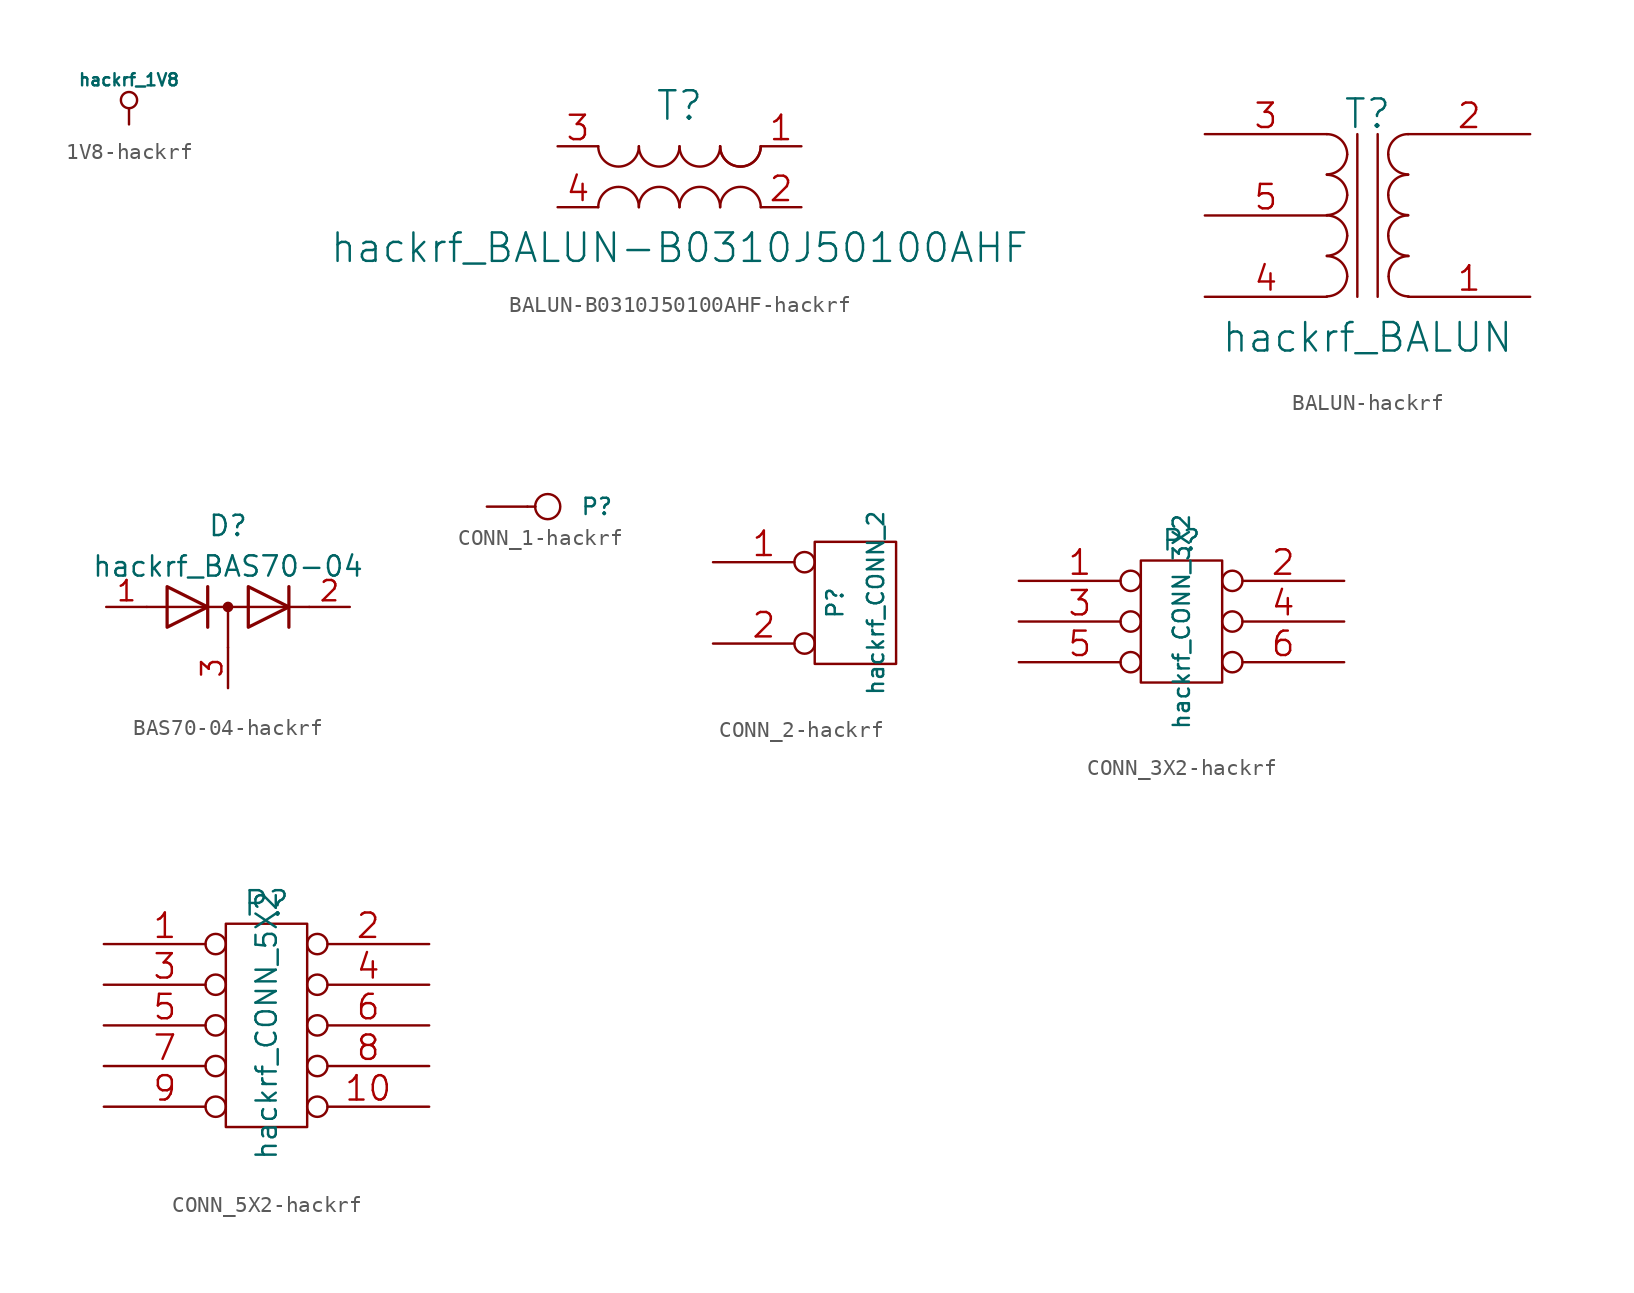
<source format=kicad_sym>
(kicad_symbol_lib
  (version 20231120)
  (generator "kicad_symbol_editor")
  (generator_version "8.0")
  (symbol "1V8-hackrf"
    (power)
    (pin_names
      (offset 0))
    (property "Reference" "#PWR"
      (at 0 3.556 0)
      (effects (font (size 0.508 0.508)) (hide yes)))
    (property "Value" "hackrf_1V8"
      (at 0 2.794 0)
      (effects (font (size 0.762 0.762))))
    (property "Footprint" ""
      (at 0 0 0)
      (effects (font (size 1.524 1.524))))
    (property "Datasheet" ""
      (at 0 0 0)
      (effects (font (size 1.524 1.524))))
    (symbol "1V8-hackrf_0_0"
      (polyline (pts (xy 0 0) (xy 0 1.016) (xy 0 1.016)) (stroke (width 0) (type solid)) (fill (type none)))
      (pin power_in line (at 0 0 90) (length 0) hide (name "+1.8V" (effects (font (size 0.508 0.508)))) (number "1" (effects (font (size 0.508 0.508))))))
    (symbol "1V8-hackrf_0_1"
      (circle (center 0 1.524) (radius 0.508) (stroke (width 0) (type solid)) (fill (type none)))))
  (symbol "BALUN-B0310J50100AHF-hackrf"
    (pin_names
      (offset 1.016) hide)
    (property "Reference" "T"
      (at 0 5.08 0)
      (effects (font (size 1.778 1.778))))
    (property "Value" "hackrf_BALUN-B0310J50100AHF"
      (at 0 -3.81 0)
      (effects (font (size 1.778 1.778))))
    (property "Footprint" ""
      (at 0 0 0)
      (effects (font (size 1.524 1.524))))
    (property "Datasheet" ""
      (at 0 0 0)
      (effects (font (size 1.524 1.524))))
    (symbol "BALUN-B0310J50100AHF-hackrf_0_1"
      (arc (start -5.08 2.54) (mid -3.81 1.27) (end -2.54 2.54) (stroke (width 0) (type solid)) (fill (type none)))
      (arc (start -2.54 -1.27) (mid -3.81 0) (end -5.08 -1.27) (stroke (width 0) (type solid)) (fill (type none)))
      (arc (start -2.54 2.54) (mid -1.27 1.27) (end 0 2.54) (stroke (width 0) (type solid)) (fill (type none)))
      (arc (start 0 -1.27) (mid -1.27 0) (end -2.54 -1.27) (stroke (width 0) (type solid)) (fill (type none)))
      (arc (start 0 2.54) (mid 1.27 1.27) (end 2.54 2.54) (stroke (width 0) (type solid)) (fill (type none)))
      (arc (start 2.54 -1.27) (mid 1.27 0) (end 0 -1.27) (stroke (width 0) (type solid)) (fill (type none)))
      (arc (start 2.54 2.54) (mid 3.81 1.27) (end 5.08 2.54) (stroke (width 0) (type solid)) (fill (type none)))
      (arc (start 2.54 2.54) (mid 3.81 1.27) (end 5.08 2.54) (stroke (width 0) (type solid)) (fill (type none)))
      (arc (start 5.08 -1.27) (mid 3.81 0) (end 2.54 -1.27) (stroke (width 0) (type solid)) (fill (type none))))
    (symbol "BALUN-B0310J50100AHF-hackrf_1_1"
      (pin passive line (at 7.62 2.54 180) (length 2.54) (name "S1" (effects (font (size 1.524 1.524)))) (number "1" (effects (font (size 1.524 1.524)))))
      (pin passive line (at 7.62 -1.27 180) (length 2.54) (name "S2" (effects (font (size 1.524 1.524)))) (number "2" (effects (font (size 1.524 1.524)))))
      (pin passive line (at -7.62 2.54 0) (length 2.54) (name "PR1" (effects (font (size 1.524 1.524)))) (number "3" (effects (font (size 1.524 1.524)))))
      (pin passive line (at -7.62 -1.27 0) (length 2.54) (name "PR2" (effects (font (size 1.524 1.524)))) (number "4" (effects (font (size 1.524 1.524)))))))
  (symbol "BALUN-hackrf"
    (pin_names
      (offset 1.016) hide)
    (property "Reference" "T"
      (at 0 6.35 0)
      (effects (font (size 1.778 1.778))))
    (property "Value" "hackrf_BALUN"
      (at 0 -7.62 0)
      (effects (font (size 1.778 1.778))))
    (property "Footprint" ""
      (at 0 0 0)
      (effects (font (size 1.524 1.524))))
    (property "Datasheet" ""
      (at 0 0 0)
      (effects (font (size 1.524 1.524))))
    (symbol "BALUN-hackrf_0_1"
      (arc (start -2.54 -5.0546) (mid -1.6599 -4.6901) (end -1.27 -3.81) (stroke (width 0) (type solid)) (fill (type none)))
      (arc (start -2.54 -2.5146) (mid -1.6599 -2.1501) (end -1.27 -1.27) (stroke (width 0) (type solid)) (fill (type none)))
      (arc (start -2.54 0.0254) (mid -1.6599 0.3899) (end -1.27 1.27) (stroke (width 0) (type solid)) (fill (type none)))
      (arc (start -2.54 2.5654) (mid -1.6599 2.9299) (end -1.27 3.81) (stroke (width 0) (type solid)) (fill (type none)))
      (arc (start -1.27 -3.81) (mid -1.642 -2.912) (end -2.54 -2.54) (stroke (width 0) (type solid)) (fill (type none)))
      (arc (start -1.27 -1.27) (mid -1.642 -0.372) (end -2.54 0) (stroke (width 0) (type solid)) (fill (type none)))
      (arc (start -1.27 1.27) (mid -1.642 2.168) (end -2.54 2.54) (stroke (width 0) (type solid)) (fill (type none)))
      (arc (start -1.27 3.81) (mid -1.642 4.708) (end -2.54 5.08) (stroke (width 0) (type solid)) (fill (type none)))
      (polyline (pts (xy -0.635 5.08) (xy -0.635 -5.08)) (stroke (width 0) (type solid)) (fill (type none)))
      (polyline (pts (xy 0.635 -5.08) (xy 0.635 5.08)) (stroke (width 0) (type solid)) (fill (type none)))
      (arc (start 1.2954 -1.27) (mid 1.6599 -2.1501) (end 2.54 -2.5146) (stroke (width 0) (type solid)) (fill (type none)))
      (arc (start 1.2954 1.27) (mid 1.6599 0.3899) (end 2.54 0.0254) (stroke (width 0) (type solid)) (fill (type none)))
      (arc (start 1.2954 3.81) (mid 1.6599 2.9299) (end 2.54 2.5654) (stroke (width 0) (type solid)) (fill (type none)))
      (arc (start 1.3208 -3.81) (mid 1.6853 -4.6901) (end 2.5654 -5.0546) (stroke (width 0) (type solid)) (fill (type none)))
      (arc (start 2.54 0) (mid 1.642 -0.372) (end 1.2954 -1.27) (stroke (width 0) (type solid)) (fill (type none)))
      (arc (start 2.54 2.54) (mid 1.642 2.168) (end 1.2954 1.27) (stroke (width 0) (type solid)) (fill (type none)))
      (arc (start 2.54 5.08) (mid 1.642 4.708) (end 1.2954 3.81) (stroke (width 0) (type solid)) (fill (type none)))
      (arc (start 2.5654 -2.54) (mid 1.6674 -2.912) (end 1.3208 -3.81) (stroke (width 0) (type solid)) (fill (type none))))
    (symbol "BALUN-hackrf_1_1"
      (pin passive line (at 10.16 -5.08 180) (length 7.62) (name "S1" (effects (font (size 1.524 1.524)))) (number "1" (effects (font (size 1.524 1.524)))))
      (pin passive line (at 10.16 5.08 180) (length 7.62) (name "S2" (effects (font (size 1.524 1.524)))) (number "2" (effects (font (size 1.524 1.524)))))
      (pin passive line (at -10.16 5.08 0) (length 7.62) (name "PR1" (effects (font (size 1.524 1.524)))) (number "3" (effects (font (size 1.524 1.524)))))
      (pin passive line (at -10.16 -5.08 0) (length 7.62) (name "PR2" (effects (font (size 1.524 1.524)))) (number "4" (effects (font (size 1.524 1.524)))))
      (pin passive line (at -10.16 0 0) (length 7.62) (name "PM" (effects (font (size 1.524 1.524)))) (number "5" (effects (font (size 1.524 1.524)))))))
  (symbol "BAS70-04-hackrf"
    (pin_names hide)
    (property "Reference" "D"
      (at 0 5.08 0)
      (effects (font (size 1.27 1.27))))
    (property "Value" "hackrf_BAS70-04"
      (at 0 2.54 0)
      (effects (font (size 1.27 1.27))))
    (symbol "BAS70-04-hackrf_0_1"
      (polyline (pts (xy -5.08 0) (xy 5.08 0)) (stroke (width 0) (type solid)) (fill (type none))))
    (symbol "BAS70-04-hackrf_1_1"
      (polyline (pts (xy 0 0) (xy 0 -2.54)) (stroke (width 0) (type solid)) (fill (type none)))
      (polyline (pts (xy -1.27 -1.27) (xy -1.27 1.27) (xy -1.27 1.27)) (stroke (width 0.203) (type solid)) (fill (type none)))
      (polyline (pts (xy 3.81 1.27) (xy 3.81 -1.27) (xy 3.81 -1.27)) (stroke (width 0.203) (type solid)) (fill (type none)))
      (polyline (pts (xy -3.81 1.27) (xy -1.27 0) (xy -3.81 -1.27) (xy -3.81 1.27) (xy -3.81 1.27) (xy -3.81 1.27)) (stroke (width 0.203) (type solid)) (fill (type none)))
      (polyline (pts (xy 1.27 1.27) (xy 3.81 0) (xy 1.27 -1.27) (xy 1.27 1.27) (xy 1.27 1.27) (xy 1.27 1.27)) (stroke (width 0.203) (type solid)) (fill (type none)))
      (circle (center 0 0) (radius 0.254) (stroke (width 0) (type solid)) (fill (type outline)))
      (pin passive line (at -7.62 0 0) (length 2.54) (name "K" (effects (font (size 1.27 1.27)))) (number "1" (effects (font (size 1.27 1.27)))))
      (pin passive line (at 7.62 0 180) (length 2.54) (name "A" (effects (font (size 1.27 1.27)))) (number "2" (effects (font (size 1.27 1.27)))))
      (pin passive line (at 0 -5.08 90) (length 2.54) (name "K" (effects (font (size 1.27 1.27)))) (number "3" (effects (font (size 1.27 1.27)))))))
  (symbol "CONN_1-hackrf"
    (pin_numbers hide)
    (pin_names
      (offset 0.762) hide)
    (property "Reference" "P"
      (at 2.032 0 0)
      (effects (font (size 1.016 1.016)) (justify left)))
    (property "Footprint" ""
      (at 0 0 0)
      (effects (font (size 1.524 1.524))))
    (property "Datasheet" ""
      (at 0 0 0)
      (effects (font (size 1.524 1.524))))
    (symbol "CONN_1-hackrf_0_1"
      (polyline (pts (xy -0.762 0) (xy -1.27 0)) (stroke (width 0) (type solid)) (fill (type none)))
      (circle (center 0 0) (radius 0.787) (stroke (width 0) (type solid)) (fill (type none))))
    (symbol "CONN_1-hackrf_1_1"
      (pin passive line (at -3.81 0 0) (length 2.54) (name "1" (effects (font (size 1.524 1.524)))) (number "1" (effects (font (size 1.524 1.524)))))))
  (symbol "CONN_2-hackrf"
    (pin_names
      (offset 1.016) hide)
    (property "Reference" "P"
      (at -1.27 0 90)
      (effects (font (size 1.016 1.016))))
    (property "Value" "hackrf_CONN_2"
      (at 1.27 0 90)
      (effects (font (size 1.016 1.016))))
    (property "Footprint" ""
      (at 0 0 0)
      (effects (font (size 1.524 1.524))))
    (property "Datasheet" ""
      (at 0 0 0)
      (effects (font (size 1.524 1.524))))
    (symbol "CONN_2-hackrf_0_1"
      (rectangle (start -2.54 3.81) (end 2.54 -3.81) (stroke (width 0) (type solid)) (fill (type none))))
    (symbol "CONN_2-hackrf_1_1"
      (pin passive inverted (at -8.89 2.54 0) (length 6.35) (name "P1" (effects (font (size 1.524 1.524)))) (number "1" (effects (font (size 1.524 1.524)))))
      (pin passive inverted (at -8.89 -2.54 0) (length 6.35) (name "PM" (effects (font (size 1.524 1.524)))) (number "2" (effects (font (size 1.524 1.524)))))))
  (symbol "CONN_3X2-hackrf"
    (pin_names
      (offset 1.016) hide)
    (property "Reference" "P"
      (at 0 6.35 0)
      (effects (font (size 1.27 1.27))))
    (property "Value" "hackrf_CONN_3X2"
      (at 0 1.27 90)
      (effects (font (size 1.016 1.016))))
    (property "Footprint" ""
      (at 0 0 0)
      (effects (font (size 1.524 1.524))))
    (property "Datasheet" ""
      (at 0 0 0)
      (effects (font (size 1.524 1.524))))
    (symbol "CONN_3X2-hackrf_0_1"
      (rectangle (start -2.54 5.08) (end 2.54 -2.54) (stroke (width 0) (type solid)) (fill (type none))))
    (symbol "CONN_3X2-hackrf_1_1"
      (pin passive inverted (at -10.16 3.81 0) (length 7.62) (name "1" (effects (font (size 1.524 1.524)))) (number "1" (effects (font (size 1.524 1.524)))))
      (pin passive inverted (at 10.16 3.81 180) (length 7.62) (name "2" (effects (font (size 1.524 1.524)))) (number "2" (effects (font (size 1.524 1.524)))))
      (pin passive inverted (at -10.16 1.27 0) (length 7.62) (name "3" (effects (font (size 1.524 1.524)))) (number "3" (effects (font (size 1.524 1.524)))))
      (pin passive inverted (at 10.16 1.27 180) (length 7.62) (name "4" (effects (font (size 1.524 1.524)))) (number "4" (effects (font (size 1.524 1.524)))))
      (pin passive inverted (at -10.16 -1.27 0) (length 7.62) (name "5" (effects (font (size 1.524 1.524)))) (number "5" (effects (font (size 1.524 1.524)))))
      (pin passive inverted (at 10.16 -1.27 180) (length 7.62) (name "6" (effects (font (size 1.524 1.524)))) (number "6" (effects (font (size 1.524 1.524)))))))
  (symbol "CONN_5X2-hackrf"
    (pin_names
      (offset 1.016))
    (property "Reference" "P"
      (at 0 7.62 0)
      (effects (font (size 1.524 1.524))))
    (property "Value" "hackrf_CONN_5X2"
      (at 0 0 90)
      (effects (font (size 1.27 1.27))))
    (property "Footprint" ""
      (at 0 0 0)
      (effects (font (size 1.524 1.524))))
    (property "Datasheet" ""
      (at 0 0 0)
      (effects (font (size 1.524 1.524))))
    (symbol "CONN_5X2-hackrf_0_1"
      (rectangle (start -2.54 6.35) (end 2.54 -6.35) (stroke (width 0) (type solid)) (fill (type none))))
    (symbol "CONN_5X2-hackrf_1_1"
      (pin passive inverted (at -10.16 5.08 0) (length 7.62) (name "~" (effects (font (size 1.524 1.524)))) (number "1" (effects (font (size 1.524 1.524)))))
      (pin passive inverted (at 10.16 -5.08 180) (length 7.62) (name "~" (effects (font (size 1.524 1.524)))) (number "10" (effects (font (size 1.524 1.524)))))
      (pin passive inverted (at 10.16 5.08 180) (length 7.62) (name "~" (effects (font (size 1.524 1.524)))) (number "2" (effects (font (size 1.524 1.524)))))
      (pin passive inverted (at -10.16 2.54 0) (length 7.62) (name "~" (effects (font (size 1.524 1.524)))) (number "3" (effects (font (size 1.524 1.524)))))
      (pin passive inverted (at 10.16 2.54 180) (length 7.62) (name "~" (effects (font (size 1.524 1.524)))) (number "4" (effects (font (size 1.524 1.524)))))
      (pin passive inverted (at -10.16 0 0) (length 7.62) (name "~" (effects (font (size 1.524 1.524)))) (number "5" (effects (font (size 1.524 1.524)))))
      (pin passive inverted (at 10.16 0 180) (length 7.62) (name "~" (effects (font (size 1.524 1.524)))) (number "6" (effects (font (size 1.524 1.524)))))
      (pin passive inverted (at -10.16 -2.54 0) (length 7.62) (name "~" (effects (font (size 1.524 1.524)))) (number "7" (effects (font (size 1.524 1.524)))))
      (pin passive inverted (at 10.16 -2.54 180) (length 7.62) (name "~" (effects (font (size 1.524 1.524)))) (number "8" (effects (font (size 1.524 1.524)))))
      (pin passive inverted (at -10.16 -5.08 0) (length 7.62) (name "~" (effects (font (size 1.524 1.524)))) (number "9" (effects (font (size 1.524 1.524))))))))
</source>
